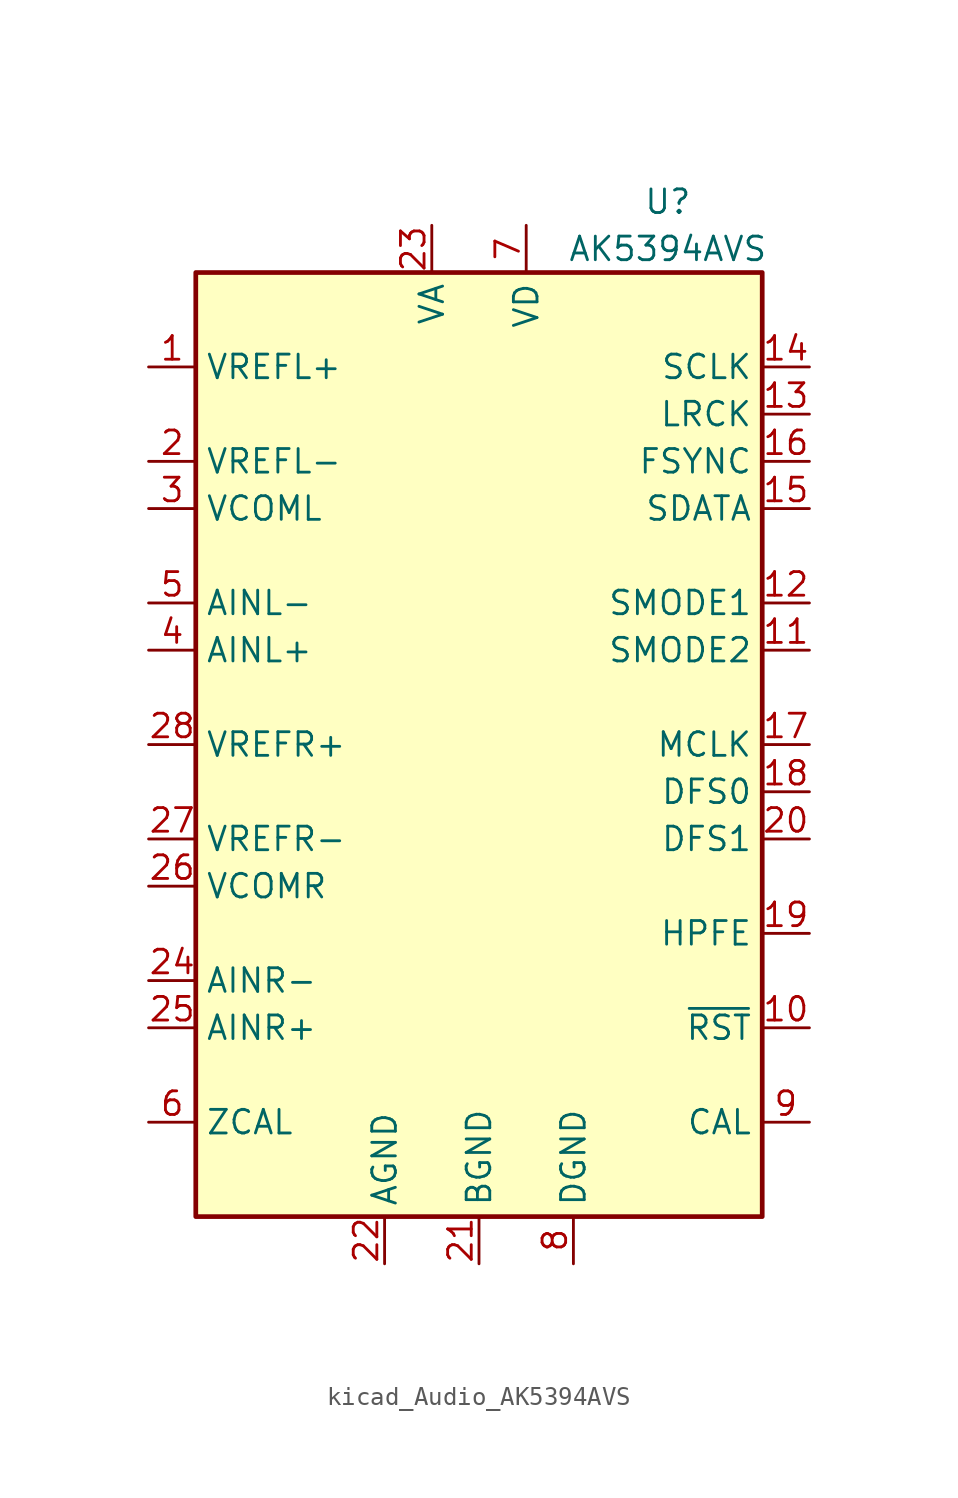
<source format=kicad_sym>
(kicad_symbol_lib
  (version 20220914)
  (generator kicad_symbol_editor)
  (symbol "kicad_Audio_AK5394AVS"
    (property "Reference" "U"
      (at 10.16 29.21 0)
      (effects (font (size 1.27 1.27))))
    (property "Value" "AK5394AVS"
      (at 10.16 26.67 0)
      (effects (font (size 1.27 1.27))))
    (symbol "kicad_Audio_AK5394AVS_0_1"
      (rectangle (start -15.24 25.4) (end 15.24 -25.4) (stroke (width 0.254) (type default)) (fill (type background))))
    (symbol "kicad_Audio_AK5394AVS_1_1"
      (pin output line (at -17.78 20.32 0) (length 2.54) (name "VREFL+" (effects (font (size 1.27 1.27)))) (number "1" (effects (font (size 1.27 1.27)))))
      (pin input line (at 17.78 -15.24 180) (length 2.54) (name "~{RST}" (effects (font (size 1.27 1.27)))) (number "10" (effects (font (size 1.27 1.27)))))
      (pin input line (at 17.78 5.08 180) (length 2.54) (name "SMODE2" (effects (font (size 1.27 1.27)))) (number "11" (effects (font (size 1.27 1.27)))))
      (pin input line (at 17.78 7.62 180) (length 2.54) (name "SMODE1" (effects (font (size 1.27 1.27)))) (number "12" (effects (font (size 1.27 1.27)))))
      (pin bidirectional line (at 17.78 17.78 180) (length 2.54) (name "LRCK" (effects (font (size 1.27 1.27)))) (number "13" (effects (font (size 1.27 1.27)))))
      (pin bidirectional line (at 17.78 20.32 180) (length 2.54) (name "SCLK" (effects (font (size 1.27 1.27)))) (number "14" (effects (font (size 1.27 1.27)))))
      (pin output line (at 17.78 12.7 180) (length 2.54) (name "SDATA" (effects (font (size 1.27 1.27)))) (number "15" (effects (font (size 1.27 1.27)))))
      (pin bidirectional line (at 17.78 15.24 180) (length 2.54) (name "FSYNC" (effects (font (size 1.27 1.27)))) (number "16" (effects (font (size 1.27 1.27)))))
      (pin input line (at 17.78 0 180) (length 2.54) (name "MCLK" (effects (font (size 1.27 1.27)))) (number "17" (effects (font (size 1.27 1.27)))))
      (pin input line (at 17.78 -2.54 180) (length 2.54) (name "DFS0" (effects (font (size 1.27 1.27)))) (number "18" (effects (font (size 1.27 1.27)))))
      (pin input line (at 17.78 -10.16 180) (length 2.54) (name "HPFE" (effects (font (size 1.27 1.27)))) (number "19" (effects (font (size 1.27 1.27)))))
      (pin output line (at -17.78 15.24 0) (length 2.54) (name "VREFL-" (effects (font (size 1.27 1.27)))) (number "2" (effects (font (size 1.27 1.27)))))
      (pin input line (at 17.78 -5.08 180) (length 2.54) (name "DFS1" (effects (font (size 1.27 1.27)))) (number "20" (effects (font (size 1.27 1.27)))))
      (pin power_in line (at 0 -27.94 90) (length 2.54) (name "BGND" (effects (font (size 1.27 1.27)))) (number "21" (effects (font (size 1.27 1.27)))))
      (pin power_in line (at -5.08 -27.94 90) (length 2.54) (name "AGND" (effects (font (size 1.27 1.27)))) (number "22" (effects (font (size 1.27 1.27)))))
      (pin power_in line (at -2.54 27.94 270) (length 2.54) (name "VA" (effects (font (size 1.27 1.27)))) (number "23" (effects (font (size 1.27 1.27)))))
      (pin input line (at -17.78 -12.7 0) (length 2.54) (name "AINR-" (effects (font (size 1.27 1.27)))) (number "24" (effects (font (size 1.27 1.27)))))
      (pin input line (at -17.78 -15.24 0) (length 2.54) (name "AINR+" (effects (font (size 1.27 1.27)))) (number "25" (effects (font (size 1.27 1.27)))))
      (pin output line (at -17.78 -7.62 0) (length 2.54) (name "VCOMR" (effects (font (size 1.27 1.27)))) (number "26" (effects (font (size 1.27 1.27)))))
      (pin output line (at -17.78 -5.08 0) (length 2.54) (name "VREFR-" (effects (font (size 1.27 1.27)))) (number "27" (effects (font (size 1.27 1.27)))))
      (pin output line (at -17.78 0 0) (length 2.54) (name "VREFR+" (effects (font (size 1.27 1.27)))) (number "28" (effects (font (size 1.27 1.27)))))
      (pin output line (at -17.78 12.7 0) (length 2.54) (name "VCOML" (effects (font (size 1.27 1.27)))) (number "3" (effects (font (size 1.27 1.27)))))
      (pin input line (at -17.78 5.08 0) (length 2.54) (name "AINL+" (effects (font (size 1.27 1.27)))) (number "4" (effects (font (size 1.27 1.27)))))
      (pin input line (at -17.78 7.62 0) (length 2.54) (name "AINL-" (effects (font (size 1.27 1.27)))) (number "5" (effects (font (size 1.27 1.27)))))
      (pin input line (at -17.78 -20.32 0) (length 2.54) (name "ZCAL" (effects (font (size 1.27 1.27)))) (number "6" (effects (font (size 1.27 1.27)))))
      (pin power_in line (at 2.54 27.94 270) (length 2.54) (name "VD" (effects (font (size 1.27 1.27)))) (number "7" (effects (font (size 1.27 1.27)))))
      (pin power_in line (at 5.08 -27.94 90) (length 2.54) (name "DGND" (effects (font (size 1.27 1.27)))) (number "8" (effects (font (size 1.27 1.27)))))
      (pin output line (at 17.78 -20.32 180) (length 2.54) (name "CAL" (effects (font (size 1.27 1.27)))) (number "9" (effects (font (size 1.27 1.27))))))))
</source>
